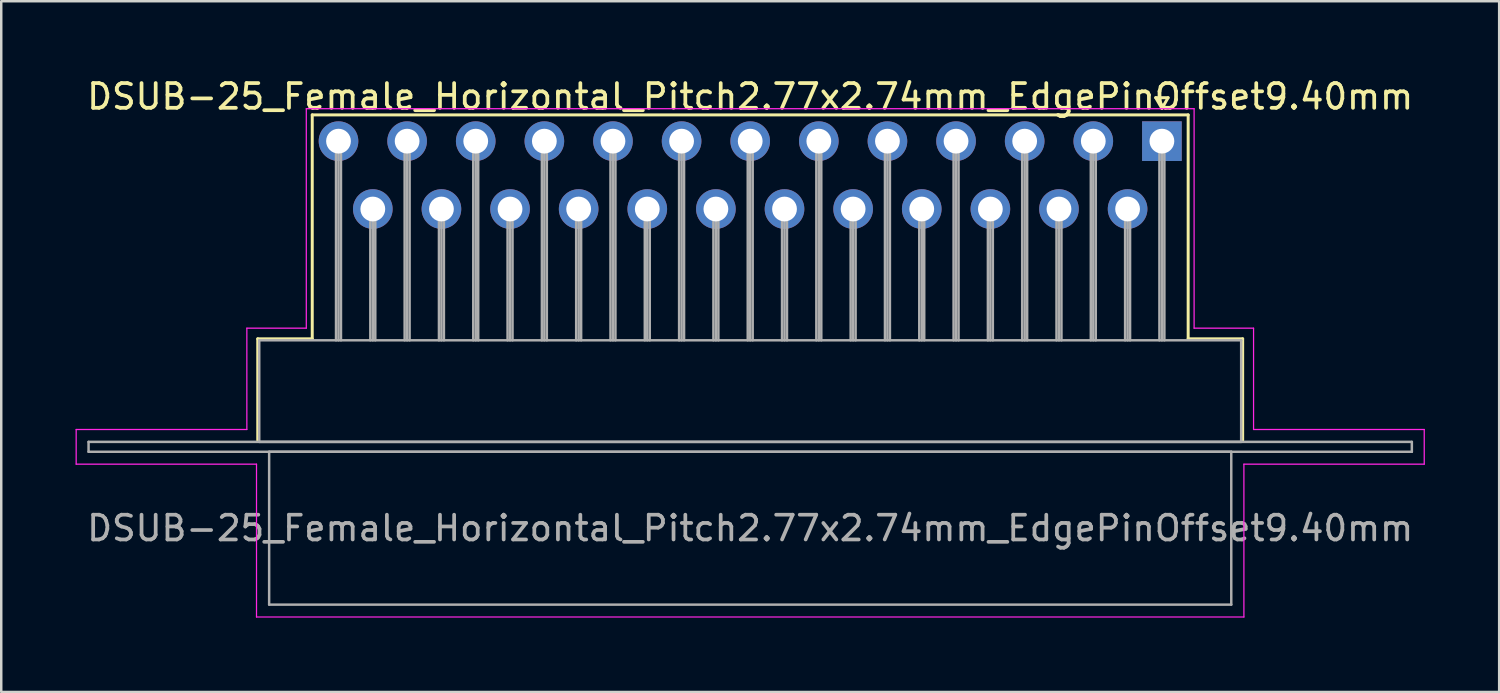
<source format=kicad_pcb>
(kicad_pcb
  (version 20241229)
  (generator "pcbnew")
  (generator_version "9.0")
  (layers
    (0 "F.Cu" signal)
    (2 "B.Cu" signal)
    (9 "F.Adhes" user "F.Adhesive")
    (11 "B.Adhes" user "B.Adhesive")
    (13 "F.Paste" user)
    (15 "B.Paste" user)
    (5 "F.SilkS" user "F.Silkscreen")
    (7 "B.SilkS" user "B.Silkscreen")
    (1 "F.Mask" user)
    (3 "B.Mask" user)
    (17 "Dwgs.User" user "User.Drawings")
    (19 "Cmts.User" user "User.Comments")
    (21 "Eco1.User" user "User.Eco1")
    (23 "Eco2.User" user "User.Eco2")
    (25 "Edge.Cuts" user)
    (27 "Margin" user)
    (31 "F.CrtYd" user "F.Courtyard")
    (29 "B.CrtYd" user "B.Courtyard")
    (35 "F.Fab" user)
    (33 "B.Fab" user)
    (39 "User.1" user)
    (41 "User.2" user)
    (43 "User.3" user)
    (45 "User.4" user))
  (footprint "DSUB-25_Female_Horizontal_Pitch2.77x2.74mm_EdgePinOffset9.40mm"
    (layer "F.Cu")
    (at 43.855 2.648)
    (property "Reference" "DSUB-25_Female_Horizontal_Pitch2.77x2.74mm_EdgePinOffset9.40mm" (at -16.62 -1.8 0) (layer "F.SilkS") (effects (font (size 1 1) (thickness 0.15))))
    (attr through_hole)
    (fp_line (start -36.5 7.98) (end -34.3 7.98) (stroke (width 0.12) (type solid)) (layer "F.SilkS"))
    (fp_line (start -36.5 12.08) (end -36.5 7.98) (stroke (width 0.12) (type solid)) (layer "F.SilkS"))
    (fp_line (start -34.3 -1.06) (end 1.06 -1.06) (stroke (width 0.12) (type solid)) (layer "F.SilkS"))
    (fp_line (start -34.3 7.98) (end -34.3 -1.06) (stroke (width 0.12) (type solid)) (layer "F.SilkS"))
    (fp_line (start -0.25 -1.754) (end 0.25 -1.754) (stroke (width 0.12) (type solid)) (layer "F.SilkS"))
    (fp_line (start 0 -1.321) (end -0.25 -1.754) (stroke (width 0.12) (type solid)) (layer "F.SilkS"))
    (fp_line (start 0.25 -1.754) (end 0 -1.321) (stroke (width 0.12) (type solid)) (layer "F.SilkS"))
    (fp_line (start 1.06 -1.06) (end 1.06 7.98) (stroke (width 0.12) (type solid)) (layer "F.SilkS"))
    (fp_line (start 1.06 7.98) (end 3.26 7.98) (stroke (width 0.12) (type solid)) (layer "F.SilkS"))
    (fp_line (start 3.26 7.98) (end 3.26 12.08) (stroke (width 0.12) (type solid)) (layer "F.SilkS"))
    (fp_line (start -43.83 11.64) (end -36.94 11.64) (stroke (width 0.05) (type solid)) (layer "F.CrtYd"))
    (fp_line (start -43.83 13.04) (end -43.83 11.64) (stroke (width 0.05) (type solid)) (layer "F.CrtYd"))
    (fp_line (start -36.94 7.55) (end -34.54 7.55) (stroke (width 0.05) (type solid)) (layer "F.CrtYd"))
    (fp_line (start -36.94 11.64) (end -36.94 7.55) (stroke (width 0.05) (type solid)) (layer "F.CrtYd"))
    (fp_line (start -36.55 13.04) (end -43.83 13.04) (stroke (width 0.05) (type solid)) (layer "F.CrtYd"))
    (fp_line (start -36.55 19.21) (end -36.55 13.04) (stroke (width 0.05) (type solid)) (layer "F.CrtYd"))
    (fp_line (start -34.54 -1.31) (end 1.3 -1.31) (stroke (width 0.05) (type solid)) (layer "F.CrtYd"))
    (fp_line (start -34.54 7.55) (end -34.54 -1.31) (stroke (width 0.05) (type solid)) (layer "F.CrtYd"))
    (fp_line (start 1.3 -1.31) (end 1.3 7.55) (stroke (width 0.05) (type solid)) (layer "F.CrtYd"))
    (fp_line (start 1.3 7.55) (end 3.7 7.55) (stroke (width 0.05) (type solid)) (layer "F.CrtYd"))
    (fp_line (start 3.31 13.04) (end 3.31 19.21) (stroke (width 0.05) (type solid)) (layer "F.CrtYd"))
    (fp_line (start 3.31 19.21) (end -36.55 19.21) (stroke (width 0.05) (type solid)) (layer "F.CrtYd"))
    (fp_line (start 3.7 7.55) (end 3.7 11.64) (stroke (width 0.05) (type solid)) (layer "F.CrtYd"))
    (fp_line (start 3.7 11.64) (end 10.59 11.64) (stroke (width 0.05) (type solid)) (layer "F.CrtYd"))
    (fp_line (start 10.59 11.64) (end 10.59 13.04) (stroke (width 0.05) (type solid)) (layer "F.CrtYd"))
    (fp_line (start 10.59 13.04) (end 3.31 13.04) (stroke (width 0.05) (type solid)) (layer "F.CrtYd"))
    (fp_line (start -43.33 12.14) (end -43.33 12.54) (stroke (width 0.1) (type solid)) (layer "F.Fab"))
    (fp_line (start -43.33 12.54) (end 10.09 12.54) (stroke (width 0.1) (type solid)) (layer "F.Fab"))
    (fp_line (start -36.44 8.04) (end -36.44 12.14) (stroke (width 0.1) (type solid)) (layer "F.Fab"))
    (fp_line (start -36.44 12.14) (end 3.2 12.14) (stroke (width 0.1) (type solid)) (layer "F.Fab"))
    (fp_line (start -36.04 12.54) (end -36.04 18.71) (stroke (width 0.1) (type solid)) (layer "F.Fab"))
    (fp_line (start -36.04 18.71) (end 2.8 18.71) (stroke (width 0.1) (type solid)) (layer "F.Fab"))
    (fp_line (start -33.34 0) (end -33.34 8.04) (stroke (width 0.1) (type solid)) (layer "F.Fab"))
    (fp_line (start -33.24 0) (end -33.24 8.04) (stroke (width 0.1) (type solid)) (layer "F.Fab"))
    (fp_line (start -33.14 0) (end -33.14 8.04) (stroke (width 0.1) (type solid)) (layer "F.Fab"))
    (fp_line (start -31.955 2.74) (end -31.955 8.04) (stroke (width 0.1) (type solid)) (layer "F.Fab"))
    (fp_line (start -31.855 2.74) (end -31.855 8.04) (stroke (width 0.1) (type solid)) (layer "F.Fab"))
    (fp_line (start -31.755 2.74) (end -31.755 8.04) (stroke (width 0.1) (type solid)) (layer "F.Fab"))
    (fp_line (start -30.57 0) (end -30.57 8.04) (stroke (width 0.1) (type solid)) (layer "F.Fab"))
    (fp_line (start -30.47 0) (end -30.47 8.04) (stroke (width 0.1) (type solid)) (layer "F.Fab"))
    (fp_line (start -30.37 0) (end -30.37 8.04) (stroke (width 0.1) (type solid)) (layer "F.Fab"))
    (fp_line (start -29.185 2.74) (end -29.185 8.04) (stroke (width 0.1) (type solid)) (layer "F.Fab"))
    (fp_line (start -29.085 2.74) (end -29.085 8.04) (stroke (width 0.1) (type solid)) (layer "F.Fab"))
    (fp_line (start -28.985 2.74) (end -28.985 8.04) (stroke (width 0.1) (type solid)) (layer "F.Fab"))
    (fp_line (start -27.8 0) (end -27.8 8.04) (stroke (width 0.1) (type solid)) (layer "F.Fab"))
    (fp_line (start -27.7 0) (end -27.7 8.04) (stroke (width 0.1) (type solid)) (layer "F.Fab"))
    (fp_line (start -27.6 0) (end -27.6 8.04) (stroke (width 0.1) (type solid)) (layer "F.Fab"))
    (fp_line (start -26.415 2.74) (end -26.415 8.04) (stroke (width 0.1) (type solid)) (layer "F.Fab"))
    (fp_line (start -26.315 2.74) (end -26.315 8.04) (stroke (width 0.1) (type solid)) (layer "F.Fab"))
    (fp_line (start -26.215 2.74) (end -26.215 8.04) (stroke (width 0.1) (type solid)) (layer "F.Fab"))
    (fp_line (start -25.03 0) (end -25.03 8.04) (stroke (width 0.1) (type solid)) (layer "F.Fab"))
    (fp_line (start -24.93 0) (end -24.93 8.04) (stroke (width 0.1) (type solid)) (layer "F.Fab"))
    (fp_line (start -24.83 0) (end -24.83 8.04) (stroke (width 0.1) (type solid)) (layer "F.Fab"))
    (fp_line (start -23.645 2.74) (end -23.645 8.04) (stroke (width 0.1) (type solid)) (layer "F.Fab"))
    (fp_line (start -23.545 2.74) (end -23.545 8.04) (stroke (width 0.1) (type solid)) (layer "F.Fab"))
    (fp_line (start -23.445 2.74) (end -23.445 8.04) (stroke (width 0.1) (type solid)) (layer "F.Fab"))
    (fp_line (start -22.26 0) (end -22.26 8.04) (stroke (width 0.1) (type solid)) (layer "F.Fab"))
    (fp_line (start -22.16 0) (end -22.16 8.04) (stroke (width 0.1) (type solid)) (layer "F.Fab"))
    (fp_line (start -22.06 0) (end -22.06 8.04) (stroke (width 0.1) (type solid)) (layer "F.Fab"))
    (fp_line (start -20.875 2.74) (end -20.875 8.04) (stroke (width 0.1) (type solid)) (layer "F.Fab"))
    (fp_line (start -20.775 2.74) (end -20.775 8.04) (stroke (width 0.1) (type solid)) (layer "F.Fab"))
    (fp_line (start -20.675 2.74) (end -20.675 8.04) (stroke (width 0.1) (type solid)) (layer "F.Fab"))
    (fp_line (start -19.49 0) (end -19.49 8.04) (stroke (width 0.1) (type solid)) (layer "F.Fab"))
    (fp_line (start -19.39 0) (end -19.39 8.04) (stroke (width 0.1) (type solid)) (layer "F.Fab"))
    (fp_line (start -19.29 0) (end -19.29 8.04) (stroke (width 0.1) (type solid)) (layer "F.Fab"))
    (fp_line (start -18.105 2.74) (end -18.105 8.04) (stroke (width 0.1) (type solid)) (layer "F.Fab"))
    (fp_line (start -18.005 2.74) (end -18.005 8.04) (stroke (width 0.1) (type solid)) (layer "F.Fab"))
    (fp_line (start -17.905 2.74) (end -17.905 8.04) (stroke (width 0.1) (type solid)) (layer "F.Fab"))
    (fp_line (start -16.72 0) (end -16.72 8.04) (stroke (width 0.1) (type solid)) (layer "F.Fab"))
    (fp_line (start -16.62 0) (end -16.62 8.04) (stroke (width 0.1) (type solid)) (layer "F.Fab"))
    (fp_line (start -16.52 0) (end -16.52 8.04) (stroke (width 0.1) (type solid)) (layer "F.Fab"))
    (fp_line (start -15.335 2.74) (end -15.335 8.04) (stroke (width 0.1) (type solid)) (layer "F.Fab"))
    (fp_line (start -15.235 2.74) (end -15.235 8.04) (stroke (width 0.1) (type solid)) (layer "F.Fab"))
    (fp_line (start -15.135 2.74) (end -15.135 8.04) (stroke (width 0.1) (type solid)) (layer "F.Fab"))
    (fp_line (start -13.95 0) (end -13.95 8.04) (stroke (width 0.1) (type solid)) (layer "F.Fab"))
    (fp_line (start -13.85 0) (end -13.85 8.04) (stroke (width 0.1) (type solid)) (layer "F.Fab"))
    (fp_line (start -13.75 0) (end -13.75 8.04) (stroke (width 0.1) (type solid)) (layer "F.Fab"))
    (fp_line (start -12.565 2.74) (end -12.565 8.04) (stroke (width 0.1) (type solid)) (layer "F.Fab"))
    (fp_line (start -12.465 2.74) (end -12.465 8.04) (stroke (width 0.1) (type solid)) (layer "F.Fab"))
    (fp_line (start -12.365 2.74) (end -12.365 8.04) (stroke (width 0.1) (type solid)) (layer "F.Fab"))
    (fp_line (start -11.18 0) (end -11.18 8.04) (stroke (width 0.1) (type solid)) (layer "F.Fab"))
    (fp_line (start -11.08 0) (end -11.08 8.04) (stroke (width 0.1) (type solid)) (layer "F.Fab"))
    (fp_line (start -10.98 0) (end -10.98 8.04) (stroke (width 0.1) (type solid)) (layer "F.Fab"))
    (fp_line (start -9.795 2.74) (end -9.795 8.04) (stroke (width 0.1) (type solid)) (layer "F.Fab"))
    (fp_line (start -9.695 2.74) (end -9.695 8.04) (stroke (width 0.1) (type solid)) (layer "F.Fab"))
    (fp_line (start -9.595 2.74) (end -9.595 8.04) (stroke (width 0.1) (type solid)) (layer "F.Fab"))
    (fp_line (start -8.41 0) (end -8.41 8.04) (stroke (width 0.1) (type solid)) (layer "F.Fab"))
    (fp_line (start -8.31 0) (end -8.31 8.04) (stroke (width 0.1) (type solid)) (layer "F.Fab"))
    (fp_line (start -8.21 0) (end -8.21 8.04) (stroke (width 0.1) (type solid)) (layer "F.Fab"))
    (fp_line (start -7.025 2.74) (end -7.025 8.04) (stroke (width 0.1) (type solid)) (layer "F.Fab"))
    (fp_line (start -6.925 2.74) (end -6.925 8.04) (stroke (width 0.1) (type solid)) (layer "F.Fab"))
    (fp_line (start -6.825 2.74) (end -6.825 8.04) (stroke (width 0.1) (type solid)) (layer "F.Fab"))
    (fp_line (start -5.64 0) (end -5.64 8.04) (stroke (width 0.1) (type solid)) (layer "F.Fab"))
    (fp_line (start -5.54 0) (end -5.54 8.04) (stroke (width 0.1) (type solid)) (layer "F.Fab"))
    (fp_line (start -5.44 0) (end -5.44 8.04) (stroke (width 0.1) (type solid)) (layer "F.Fab"))
    (fp_line (start -4.255 2.74) (end -4.255 8.04) (stroke (width 0.1) (type solid)) (layer "F.Fab"))
    (fp_line (start -4.155 2.74) (end -4.155 8.04) (stroke (width 0.1) (type solid)) (layer "F.Fab"))
    (fp_line (start -4.055 2.74) (end -4.055 8.04) (stroke (width 0.1) (type solid)) (layer "F.Fab"))
    (fp_line (start -2.87 0) (end -2.87 8.04) (stroke (width 0.1) (type solid)) (layer "F.Fab"))
    (fp_line (start -2.77 0) (end -2.77 8.04) (stroke (width 0.1) (type solid)) (layer "F.Fab"))
    (fp_line (start -2.67 0) (end -2.67 8.04) (stroke (width 0.1) (type solid)) (layer "F.Fab"))
    (fp_line (start -1.485 2.74) (end -1.485 8.04) (stroke (width 0.1) (type solid)) (layer "F.Fab"))
    (fp_line (start -1.385 2.74) (end -1.385 8.04) (stroke (width 0.1) (type solid)) (layer "F.Fab"))
    (fp_line (start -1.285 2.74) (end -1.285 8.04) (stroke (width 0.1) (type solid)) (layer "F.Fab"))
    (fp_line (start -0.1 0) (end -0.1 8.04) (stroke (width 0.1) (type solid)) (layer "F.Fab"))
    (fp_line (start 0 0) (end 0 8.04) (stroke (width 0.1) (type solid)) (layer "F.Fab"))
    (fp_line (start 0.1 0) (end 0.1 8.04) (stroke (width 0.1) (type solid)) (layer "F.Fab"))
    (fp_line (start 2.8 12.54) (end -36.04 12.54) (stroke (width 0.1) (type solid)) (layer "F.Fab"))
    (fp_line (start 2.8 18.71) (end 2.8 12.54) (stroke (width 0.1) (type solid)) (layer "F.Fab"))
    (fp_line (start 3.2 8.04) (end -36.44 8.04) (stroke (width 0.1) (type solid)) (layer "F.Fab"))
    (fp_line (start 3.2 12.14) (end 3.2 8.04) (stroke (width 0.1) (type solid)) (layer "F.Fab"))
    (fp_line (start 10.09 12.14) (end -43.33 12.14) (stroke (width 0.1) (type solid)) (layer "F.Fab"))
    (fp_line (start 10.09 12.54) (end 10.09 12.14) (stroke (width 0.1) (type solid)) (layer "F.Fab"))
    (fp_text user "${REFERENCE}" (at -16.62 15.625 0) (layer "F.Fab") (effects (font (size 1 1) (thickness 0.15))))
    (pad "1" thru_hole rect (at 0 0) (size 1.6 1.6) (drill 1) (layers "*.Cu" "*.Mask"))
    (pad "2" thru_hole circle (at -2.77 0) (size 1.6 1.6) (drill 1) (layers "*.Cu" "*.Mask"))
    (pad "3" thru_hole circle (at -5.54 0) (size 1.6 1.6) (drill 1) (layers "*.Cu" "*.Mask"))
    (pad "4" thru_hole circle (at -8.31 0) (size 1.6 1.6) (drill 1) (layers "*.Cu" "*.Mask"))
    (pad "5" thru_hole circle (at -11.08 0) (size 1.6 1.6) (drill 1) (layers "*.Cu" "*.Mask"))
    (pad "6" thru_hole circle (at -13.85 0) (size 1.6 1.6) (drill 1) (layers "*.Cu" "*.Mask"))
    (pad "7" thru_hole circle (at -16.62 0) (size 1.6 1.6) (drill 1) (layers "*.Cu" "*.Mask"))
    (pad "8" thru_hole circle (at -19.39 0) (size 1.6 1.6) (drill 1) (layers "*.Cu" "*.Mask"))
    (pad "9" thru_hole circle (at -22.16 0) (size 1.6 1.6) (drill 1) (layers "*.Cu" "*.Mask"))
    (pad "10" thru_hole circle (at -24.93 0) (size 1.6 1.6) (drill 1) (layers "*.Cu" "*.Mask"))
    (pad "11" thru_hole circle (at -27.7 0) (size 1.6 1.6) (drill 1) (layers "*.Cu" "*.Mask"))
    (pad "12" thru_hole circle (at -30.47 0) (size 1.6 1.6) (drill 1) (layers "*.Cu" "*.Mask"))
    (pad "13" thru_hole circle (at -33.24 0) (size 1.6 1.6) (drill 1) (layers "*.Cu" "*.Mask"))
    (pad "14" thru_hole circle (at -1.385 2.74) (size 1.6 1.6) (drill 1) (layers "*.Cu" "*.Mask"))
    (pad "15" thru_hole circle (at -4.155 2.74) (size 1.6 1.6) (drill 1) (layers "*.Cu" "*.Mask"))
    (pad "16" thru_hole circle (at -6.925 2.74) (size 1.6 1.6) (drill 1) (layers "*.Cu" "*.Mask"))
    (pad "17" thru_hole circle (at -9.695 2.74) (size 1.6 1.6) (drill 1) (layers "*.Cu" "*.Mask"))
    (pad "18" thru_hole circle (at -12.465 2.74) (size 1.6 1.6) (drill 1) (layers "*.Cu" "*.Mask"))
    (pad "19" thru_hole circle (at -15.235 2.74) (size 1.6 1.6) (drill 1) (layers "*.Cu" "*.Mask"))
    (pad "20" thru_hole circle (at -18.005 2.74) (size 1.6 1.6) (drill 1) (layers "*.Cu" "*.Mask"))
    (pad "21" thru_hole circle (at -20.775 2.74) (size 1.6 1.6) (drill 1) (layers "*.Cu" "*.Mask"))
    (pad "22" thru_hole circle (at -23.545 2.74) (size 1.6 1.6) (drill 1) (layers "*.Cu" "*.Mask"))
    (pad "23" thru_hole circle (at -26.315 2.74) (size 1.6 1.6) (drill 1) (layers "*.Cu" "*.Mask"))
    (pad "24" thru_hole circle (at -29.085 2.74) (size 1.6 1.6) (drill 1) (layers "*.Cu" "*.Mask"))
    (pad "25" thru_hole circle (at -31.855 2.74) (size 1.6 1.6) (drill 1) (layers "*.Cu" "*.Mask")))
  (gr_rect
    (start -3 -3)
    (end 57.47 24.883)
    (stroke (width 0.1) (type default))
    (fill no)
    (layer "Edge.Cuts")))
</source>
